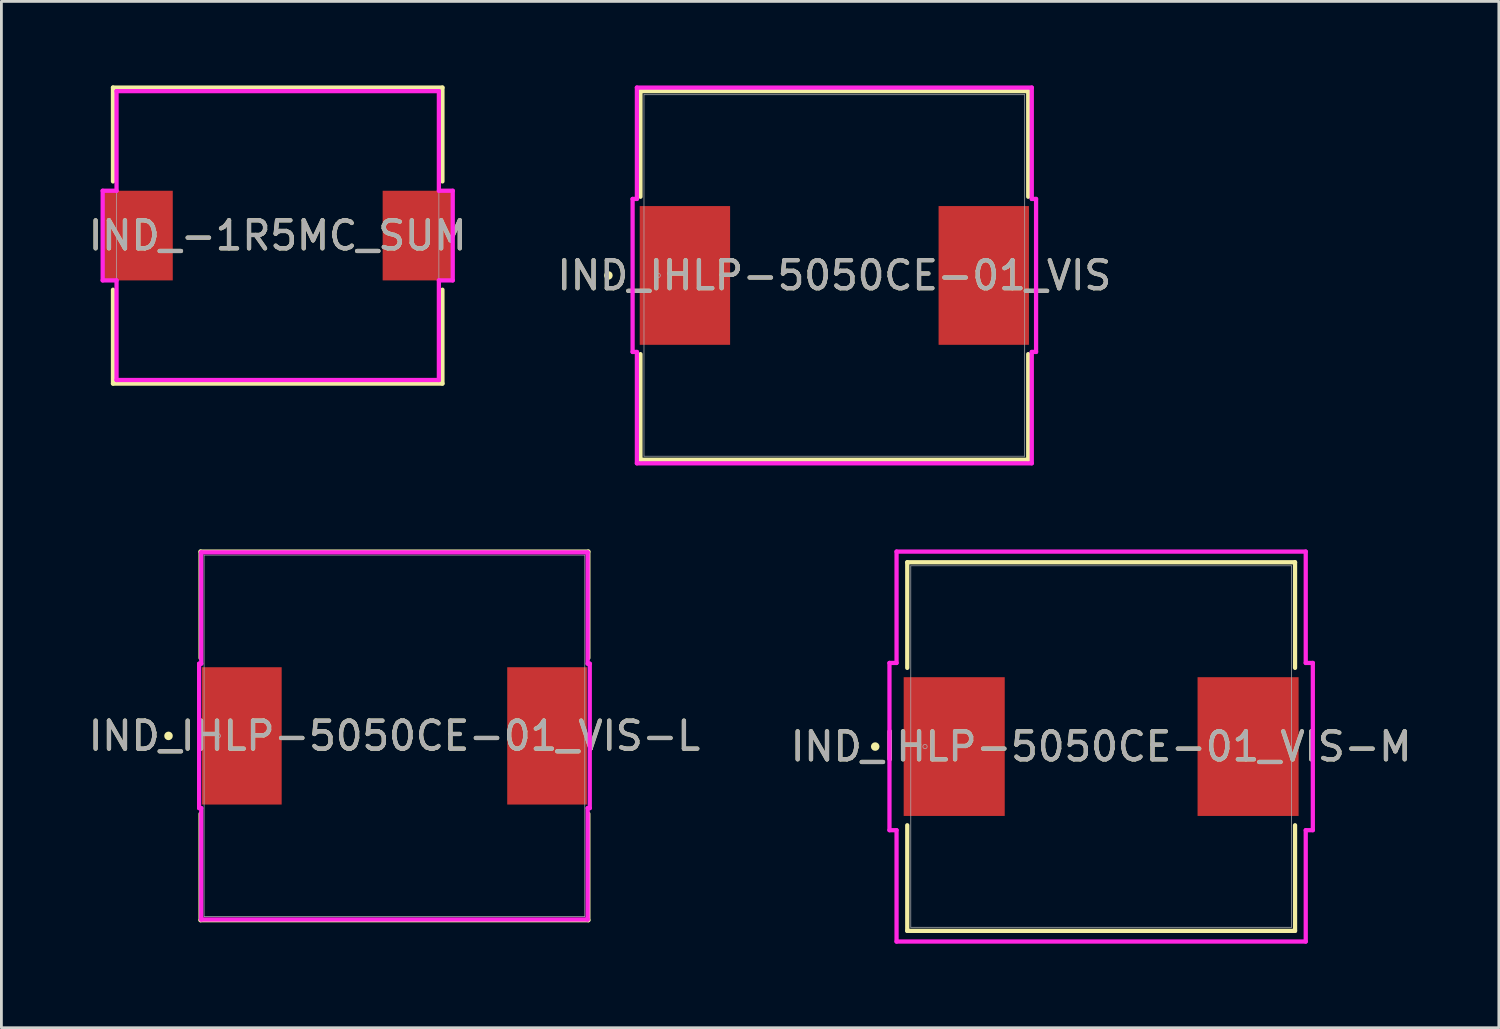
<source format=kicad_pcb>
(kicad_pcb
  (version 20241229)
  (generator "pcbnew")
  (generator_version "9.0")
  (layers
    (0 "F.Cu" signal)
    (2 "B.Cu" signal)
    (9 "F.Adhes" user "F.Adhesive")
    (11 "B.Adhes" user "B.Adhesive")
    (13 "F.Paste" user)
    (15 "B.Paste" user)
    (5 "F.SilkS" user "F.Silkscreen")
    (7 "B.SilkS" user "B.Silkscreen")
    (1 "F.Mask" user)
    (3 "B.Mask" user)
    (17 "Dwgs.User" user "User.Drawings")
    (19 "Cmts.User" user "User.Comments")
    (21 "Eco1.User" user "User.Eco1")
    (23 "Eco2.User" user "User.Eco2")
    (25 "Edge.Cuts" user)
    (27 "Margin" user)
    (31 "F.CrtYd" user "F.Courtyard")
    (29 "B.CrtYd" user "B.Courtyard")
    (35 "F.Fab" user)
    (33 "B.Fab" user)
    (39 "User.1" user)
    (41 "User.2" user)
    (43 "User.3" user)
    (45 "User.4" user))
  (footprint "IND_IHLP-5050CE-01_VIS-L"
    (layer "F.Cu")
    (at 11.03 23.218)
    (property "Reference" "IND_IHLP-5050CE-01_VIS-L" (at 0 0 0) (unlocked yes) (layer "F.SilkS") (effects (font (size 1 1) (thickness 0.15))))
    (attr smd)
    (fp_line (start -6.921 -6.579) (end -6.921 -2.78) (stroke (width 0.152) (type solid)) (layer "F.SilkS"))
    (fp_line (start -6.921 2.78) (end -6.921 6.579) (stroke (width 0.152) (type solid)) (layer "F.SilkS"))
    (fp_line (start -6.921 6.579) (end 6.921 6.579) (stroke (width 0.152) (type solid)) (layer "F.SilkS"))
    (fp_line (start 6.921 -6.579) (end -6.921 -6.579) (stroke (width 0.152) (type solid)) (layer "F.SilkS"))
    (fp_line (start 6.921 -2.78) (end 6.921 -6.579) (stroke (width 0.152) (type solid)) (layer "F.SilkS"))
    (fp_line (start 6.921 6.579) (end 6.921 2.78) (stroke (width 0.152) (type solid)) (layer "F.SilkS"))
    (fp_circle (center -8.065 0) (end -7.988 0) (stroke (width 0.152) (type solid)) (fill no) (layer "F.SilkS"))
    (fp_line (start -6.972 -2.578) (end -6.896 -2.578) (stroke (width 0.152) (type solid)) (layer "F.CrtYd"))
    (fp_line (start -6.972 2.578) (end -6.972 -2.578) (stroke (width 0.152) (type solid)) (layer "F.CrtYd"))
    (fp_line (start -6.896 -6.553) (end 6.896 -6.553) (stroke (width 0.152) (type solid)) (layer "F.CrtYd"))
    (fp_line (start -6.896 -2.578) (end -6.896 -6.553) (stroke (width 0.152) (type solid)) (layer "F.CrtYd"))
    (fp_line (start -6.896 2.578) (end -6.972 2.578) (stroke (width 0.152) (type solid)) (layer "F.CrtYd"))
    (fp_line (start -6.896 6.553) (end -6.896 2.578) (stroke (width 0.152) (type solid)) (layer "F.CrtYd"))
    (fp_line (start 6.896 -6.553) (end 6.896 -2.578) (stroke (width 0.152) (type solid)) (layer "F.CrtYd"))
    (fp_line (start 6.896 -2.578) (end 6.972 -2.578) (stroke (width 0.152) (type solid)) (layer "F.CrtYd"))
    (fp_line (start 6.896 2.578) (end 6.896 6.553) (stroke (width 0.152) (type solid)) (layer "F.CrtYd"))
    (fp_line (start 6.896 6.553) (end -6.896 6.553) (stroke (width 0.152) (type solid)) (layer "F.CrtYd"))
    (fp_line (start 6.972 -2.578) (end 6.972 2.578) (stroke (width 0.152) (type solid)) (layer "F.CrtYd"))
    (fp_line (start 6.972 2.578) (end 6.896 2.578) (stroke (width 0.152) (type solid)) (layer "F.CrtYd"))
    (fp_line (start -6.795 -6.452) (end -6.795 6.452) (stroke (width 0.025) (type solid)) (layer "F.Fab"))
    (fp_line (start -6.795 6.452) (end 6.795 6.452) (stroke (width 0.025) (type solid)) (layer "F.Fab"))
    (fp_line (start 6.795 -6.452) (end -6.795 -6.452) (stroke (width 0.025) (type solid)) (layer "F.Fab"))
    (fp_line (start 6.795 6.452) (end 6.795 -6.452) (stroke (width 0.025) (type solid)) (layer "F.Fab"))
    (fp_circle (center -6.287 0) (end -6.21 0) (stroke (width 0.025) (type solid)) (fill no) (layer "F.Fab"))
    (fp_text user "${REFERENCE}" (at 0 0 0) (unlocked yes) (layer "F.Fab") (effects (font (size 1 1) (thickness 0.15))))
    (pad "1" smd rect (at -5.448 0 90) (size 4.902 2.845) (layers "F.Cu" "F.Mask" "F.Paste"))
    (pad "2" smd rect (at 5.448 0 90) (size 4.902 2.845) (layers "F.Cu" "F.Mask" "F.Paste"))
    (zone (net_name "") (layer "F.Cu") (hatch full 0.508) (connect_pads) (min_thickness 0.254) (filled_areas_thickness no) (keepout (tracks not_allowed) (vias not_allowed) (pads allowed) (copperpour not_allowed) (footprints allowed)) (placement (enabled no)) (fill) (polygon (pts (xy 4.286 16.818) (xy 17.773 16.818) (xy 17.773 20.691) (xy 4.286 20.691))))
    (zone (net_name "") (layer "F.Cu") (hatch full 0.508) (connect_pads) (min_thickness 0.254) (filled_areas_thickness no) (keepout (tracks not_allowed) (vias not_allowed) (pads allowed) (copperpour not_allowed) (footprints allowed)) (placement (enabled no)) (fill) (polygon (pts (xy 4.286 25.746) (xy 17.773 25.746) (xy 17.773 29.619) (xy 4.286 29.619))))
    (zone (net_name "") (layer "F.Cu") (hatch full 0.508) (connect_pads) (min_thickness 0.254) (filled_areas_thickness no) (keepout (tracks not_allowed) (vias not_allowed) (pads allowed) (copperpour not_allowed) (footprints allowed)) (placement (enabled no)) (fill) (polygon (pts (xy 7.055 20.691) (xy 15.005 20.691) (xy 15.005 25.746) (xy 7.055 25.746)))))
  (footprint "IND_IHLP-5050CE-01_VIS"
    (layer "F.Cu")
    (at 26.732 6.782)
    (property "Reference" "IND_IHLP-5050CE-01_VIS" (at 0 0 0) (unlocked yes) (layer "F.SilkS") (effects (font (size 1 1) (thickness 0.15))))
    (attr smd)
    (fp_line (start -6.921 -6.579) (end -6.921 -2.809) (stroke (width 0.152) (type solid)) (layer "F.SilkS"))
    (fp_line (start -6.921 2.809) (end -6.921 6.579) (stroke (width 0.152) (type solid)) (layer "F.SilkS"))
    (fp_line (start -6.921 6.579) (end 6.921 6.579) (stroke (width 0.152) (type solid)) (layer "F.SilkS"))
    (fp_line (start 6.921 -6.579) (end -6.921 -6.579) (stroke (width 0.152) (type solid)) (layer "F.SilkS"))
    (fp_line (start 6.921 -2.809) (end 6.921 -6.579) (stroke (width 0.152) (type solid)) (layer "F.SilkS"))
    (fp_line (start 6.921 6.579) (end 6.921 2.809) (stroke (width 0.152) (type solid)) (layer "F.SilkS"))
    (fp_circle (center -8.065 0) (end -7.988 0) (stroke (width 0.152) (type solid)) (fill no) (layer "F.SilkS"))
    (fp_line (start -7.201 -2.731) (end -7.048 -2.731) (stroke (width 0.152) (type solid)) (layer "F.CrtYd"))
    (fp_line (start -7.201 2.731) (end -7.201 -2.731) (stroke (width 0.152) (type solid)) (layer "F.CrtYd"))
    (fp_line (start -7.048 -6.706) (end 7.048 -6.706) (stroke (width 0.152) (type solid)) (layer "F.CrtYd"))
    (fp_line (start -7.048 -2.731) (end -7.048 -6.706) (stroke (width 0.152) (type solid)) (layer "F.CrtYd"))
    (fp_line (start -7.048 2.731) (end -7.201 2.731) (stroke (width 0.152) (type solid)) (layer "F.CrtYd"))
    (fp_line (start -7.048 6.706) (end -7.048 2.731) (stroke (width 0.152) (type solid)) (layer "F.CrtYd"))
    (fp_line (start 7.048 -6.706) (end 7.048 -2.731) (stroke (width 0.152) (type solid)) (layer "F.CrtYd"))
    (fp_line (start 7.048 -2.731) (end 7.201 -2.731) (stroke (width 0.152) (type solid)) (layer "F.CrtYd"))
    (fp_line (start 7.048 2.731) (end 7.048 6.706) (stroke (width 0.152) (type solid)) (layer "F.CrtYd"))
    (fp_line (start 7.048 6.706) (end -7.048 6.706) (stroke (width 0.152) (type solid)) (layer "F.CrtYd"))
    (fp_line (start 7.201 -2.731) (end 7.201 2.731) (stroke (width 0.152) (type solid)) (layer "F.CrtYd"))
    (fp_line (start 7.201 2.731) (end 7.048 2.731) (stroke (width 0.152) (type solid)) (layer "F.CrtYd"))
    (fp_line (start -6.795 -6.452) (end -6.795 6.452) (stroke (width 0.025) (type solid)) (layer "F.Fab"))
    (fp_line (start -6.795 6.452) (end 6.795 6.452) (stroke (width 0.025) (type solid)) (layer "F.Fab"))
    (fp_line (start 6.795 -6.452) (end -6.795 -6.452) (stroke (width 0.025) (type solid)) (layer "F.Fab"))
    (fp_line (start 6.795 6.452) (end 6.795 -6.452) (stroke (width 0.025) (type solid)) (layer "F.Fab"))
    (fp_circle (center -6.287 0) (end -6.21 0) (stroke (width 0.025) (type solid)) (fill no) (layer "F.Fab"))
    (fp_text user "${REFERENCE}" (at 0 0 0) (unlocked yes) (layer "F.Fab") (effects (font (size 1 1) (thickness 0.15))))
    (pad "1" smd rect (at -5.334 0 90) (size 4.953 3.226) (layers "F.Cu" "F.Mask" "F.Paste"))
    (pad "2" smd rect (at 5.334 0 90) (size 4.953 3.226) (layers "F.Cu" "F.Mask" "F.Paste"))
    (zone (net_name "") (layer "F.Cu") (hatch full 0.508) (connect_pads) (min_thickness 0.254) (filled_areas_thickness no) (keepout (tracks not_allowed) (vias not_allowed) (pads allowed) (copperpour not_allowed) (footprints allowed)) (placement (enabled no)) (fill) (polygon (pts (xy 19.988 0.381) (xy 33.476 0.381) (xy 33.476 4.255) (xy 19.988 4.255))))
    (zone (net_name "") (layer "F.Cu") (hatch full 0.508) (connect_pads) (min_thickness 0.254) (filled_areas_thickness no) (keepout (tracks not_allowed) (vias not_allowed) (pads allowed) (copperpour not_allowed) (footprints allowed)) (placement (enabled no)) (fill) (polygon (pts (xy 19.988 9.309) (xy 33.476 9.309) (xy 33.476 13.183) (xy 19.988 13.183))))
    (zone (net_name "") (layer "F.Cu") (hatch full 0.508) (connect_pads) (min_thickness 0.254) (filled_areas_thickness no) (keepout (tracks not_allowed) (vias not_allowed) (pads allowed) (copperpour not_allowed) (footprints allowed)) (placement (enabled no)) (fill) (polygon (pts (xy 23.062 4.255) (xy 30.402 4.255) (xy 30.402 9.309) (xy 23.062 9.309)))))
  (footprint "IND_-1R5MC_SUM"
    (layer "F.Cu")
    (at 6.863 5.359)
    (property "Reference" "IND_-1R5MC_SUM" (at 0 0 0) (unlocked yes) (layer "F.SilkS") (effects (font (size 1 1) (thickness 0.15))))
    (attr smd)
    (fp_line (start -5.88 -5.283) (end -5.88 -1.933) (stroke (width 0.152) (type solid)) (layer "F.SilkS"))
    (fp_line (start -5.88 1.933) (end -5.88 5.283) (stroke (width 0.152) (type solid)) (layer "F.SilkS"))
    (fp_line (start -5.88 5.283) (end 5.88 5.283) (stroke (width 0.152) (type solid)) (layer "F.SilkS"))
    (fp_line (start 5.88 -5.283) (end -5.88 -5.283) (stroke (width 0.152) (type solid)) (layer "F.SilkS"))
    (fp_line (start 5.88 -1.933) (end 5.88 -5.283) (stroke (width 0.152) (type solid)) (layer "F.SilkS"))
    (fp_line (start 5.88 5.283) (end 5.88 1.933) (stroke (width 0.152) (type solid)) (layer "F.SilkS"))
    (fp_line (start -6.248 -1.6) (end -5.753 -1.6) (stroke (width 0.152) (type solid)) (layer "F.CrtYd"))
    (fp_line (start -6.248 1.6) (end -6.248 -1.6) (stroke (width 0.152) (type solid)) (layer "F.CrtYd"))
    (fp_line (start -5.753 -5.156) (end 5.753 -5.156) (stroke (width 0.152) (type solid)) (layer "F.CrtYd"))
    (fp_line (start -5.753 -1.6) (end -5.753 -5.156) (stroke (width 0.152) (type solid)) (layer "F.CrtYd"))
    (fp_line (start -5.753 1.6) (end -6.248 1.6) (stroke (width 0.152) (type solid)) (layer "F.CrtYd"))
    (fp_line (start -5.753 5.156) (end -5.753 1.6) (stroke (width 0.152) (type solid)) (layer "F.CrtYd"))
    (fp_line (start 5.753 -5.156) (end 5.753 -1.6) (stroke (width 0.152) (type solid)) (layer "F.CrtYd"))
    (fp_line (start 5.753 -1.6) (end 6.248 -1.6) (stroke (width 0.152) (type solid)) (layer "F.CrtYd"))
    (fp_line (start 5.753 1.6) (end 5.753 5.156) (stroke (width 0.152) (type solid)) (layer "F.CrtYd"))
    (fp_line (start 5.753 5.156) (end -5.753 5.156) (stroke (width 0.152) (type solid)) (layer "F.CrtYd"))
    (fp_line (start 6.248 -1.6) (end 6.248 1.6) (stroke (width 0.152) (type solid)) (layer "F.CrtYd"))
    (fp_line (start 6.248 1.6) (end 5.753 1.6) (stroke (width 0.152) (type solid)) (layer "F.CrtYd"))
    (fp_line (start -5.753 -5.156) (end -5.753 5.156) (stroke (width 0.025) (type solid)) (layer "F.Fab"))
    (fp_line (start -5.753 5.156) (end 5.753 5.156) (stroke (width 0.025) (type solid)) (layer "F.Fab"))
    (fp_line (start 5.753 -5.156) (end -5.753 -5.156) (stroke (width 0.025) (type solid)) (layer "F.Fab"))
    (fp_line (start 5.753 5.156) (end 5.753 -5.156) (stroke (width 0.025) (type solid)) (layer "F.Fab"))
    (fp_circle (center -5.677 0) (end -5.677 0) (stroke (width 0.025) (type solid)) (fill no) (layer "F.Fab"))
    (fp_text user "${REFERENCE}" (at 0 0 0) (unlocked yes) (layer "F.Fab") (effects (font (size 1 1) (thickness 0.15))))
    (pad "1" smd rect (at -4.997 0) (size 2.502 3.2) (layers "F.Cu" "F.Mask" "F.Paste"))
    (pad "2" smd rect (at 4.997 0) (size 2.502 3.2) (layers "F.Cu" "F.Mask" "F.Paste"))
    (zone (net_name "") (layer "F.Cu") (hatch full 0.508) (connect_pads) (min_thickness 0.254) (filled_areas_thickness no) (keepout (tracks not_allowed) (vias not_allowed) (pads allowed) (copperpour not_allowed) (footprints allowed)) (placement (enabled no)) (fill) (polygon (pts (xy 3.167 0.254) (xy 10.559 0.254) (xy 10.559 10.465) (xy 3.167 10.465)))))
  (footprint "IND_IHLP-5050CE-01_VIS-M"
    (layer "F.Cu")
    (at 36.256 23.599)
    (property "Reference" "IND_IHLP-5050CE-01_VIS-M" (at 0 0 0) (unlocked yes) (layer "F.SilkS") (effects (font (size 1 1) (thickness 0.15))))
    (attr smd)
    (fp_line (start -6.921 -6.579) (end -6.921 -2.809) (stroke (width 0.152) (type solid)) (layer "F.SilkS"))
    (fp_line (start -6.921 2.809) (end -6.921 6.579) (stroke (width 0.152) (type solid)) (layer "F.SilkS"))
    (fp_line (start -6.921 6.579) (end 6.921 6.579) (stroke (width 0.152) (type solid)) (layer "F.SilkS"))
    (fp_line (start 6.921 -6.579) (end -6.921 -6.579) (stroke (width 0.152) (type solid)) (layer "F.SilkS"))
    (fp_line (start 6.921 -2.809) (end 6.921 -6.579) (stroke (width 0.152) (type solid)) (layer "F.SilkS"))
    (fp_line (start 6.921 6.579) (end 6.921 2.809) (stroke (width 0.152) (type solid)) (layer "F.SilkS"))
    (fp_circle (center -8.065 0) (end -7.988 0) (stroke (width 0.152) (type solid)) (fill no) (layer "F.SilkS"))
    (fp_line (start -7.556 -2.985) (end -7.303 -2.985) (stroke (width 0.152) (type solid)) (layer "F.CrtYd"))
    (fp_line (start -7.556 2.985) (end -7.556 -2.985) (stroke (width 0.152) (type solid)) (layer "F.CrtYd"))
    (fp_line (start -7.303 -6.96) (end 7.303 -6.96) (stroke (width 0.152) (type solid)) (layer "F.CrtYd"))
    (fp_line (start -7.303 -2.985) (end -7.303 -6.96) (stroke (width 0.152) (type solid)) (layer "F.CrtYd"))
    (fp_line (start -7.303 2.985) (end -7.556 2.985) (stroke (width 0.152) (type solid)) (layer "F.CrtYd"))
    (fp_line (start -7.303 6.96) (end -7.303 2.985) (stroke (width 0.152) (type solid)) (layer "F.CrtYd"))
    (fp_line (start 7.303 -6.96) (end 7.303 -2.985) (stroke (width 0.152) (type solid)) (layer "F.CrtYd"))
    (fp_line (start 7.303 -2.985) (end 7.556 -2.985) (stroke (width 0.152) (type solid)) (layer "F.CrtYd"))
    (fp_line (start 7.303 2.985) (end 7.303 6.96) (stroke (width 0.152) (type solid)) (layer "F.CrtYd"))
    (fp_line (start 7.303 6.96) (end -7.303 6.96) (stroke (width 0.152) (type solid)) (layer "F.CrtYd"))
    (fp_line (start 7.556 -2.985) (end 7.556 2.985) (stroke (width 0.152) (type solid)) (layer "F.CrtYd"))
    (fp_line (start 7.556 2.985) (end 7.303 2.985) (stroke (width 0.152) (type solid)) (layer "F.CrtYd"))
    (fp_line (start -6.795 -6.452) (end -6.795 6.452) (stroke (width 0.025) (type solid)) (layer "F.Fab"))
    (fp_line (start -6.795 6.452) (end 6.795 6.452) (stroke (width 0.025) (type solid)) (layer "F.Fab"))
    (fp_line (start 6.795 -6.452) (end -6.795 -6.452) (stroke (width 0.025) (type solid)) (layer "F.Fab"))
    (fp_line (start 6.795 6.452) (end 6.795 -6.452) (stroke (width 0.025) (type solid)) (layer "F.Fab"))
    (fp_circle (center -6.287 0) (end -6.21 0) (stroke (width 0.025) (type solid)) (fill no) (layer "F.Fab"))
    (fp_text user "${REFERENCE}" (at 0 0 0) (unlocked yes) (layer "F.Fab") (effects (font (size 1 1) (thickness 0.15))))
    (pad "1" smd rect (at -5.245 0 90) (size 4.953 3.607) (layers "F.Cu" "F.Mask" "F.Paste"))
    (pad "2" smd rect (at 5.245 0 90) (size 4.953 3.607) (layers "F.Cu" "F.Mask" "F.Paste"))
    (zone (net_name "") (layer "F.Cu") (hatch full 0.508) (connect_pads) (min_thickness 0.254) (filled_areas_thickness no) (keepout (tracks not_allowed) (vias not_allowed) (pads allowed) (copperpour not_allowed) (footprints allowed)) (placement (enabled no)) (fill) (polygon (pts (xy 29.512 17.199) (xy 43 17.199) (xy 43 21.072) (xy 29.512 21.072))))
    (zone (net_name "") (layer "F.Cu") (hatch full 0.508) (connect_pads) (min_thickness 0.254) (filled_areas_thickness no) (keepout (tracks not_allowed) (vias not_allowed) (pads allowed) (copperpour not_allowed) (footprints allowed)) (placement (enabled no)) (fill) (polygon (pts (xy 29.512 26.127) (xy 43 26.127) (xy 43 30) (xy 29.512 30))))
    (zone (net_name "") (layer "F.Cu") (hatch full 0.508) (connect_pads) (min_thickness 0.254) (filled_areas_thickness no) (keepout (tracks not_allowed) (vias not_allowed) (pads allowed) (copperpour not_allowed) (footprints allowed)) (placement (enabled no)) (fill) (polygon (pts (xy 32.865 21.072) (xy 39.647 21.072) (xy 39.647 26.127) (xy 32.865 26.127)))))
  (gr_rect
    (start -3 -3)
    (end 50.452 33.635)
    (stroke (width 0.1) (type default))
    (fill no)
    (layer "Edge.Cuts")))
</source>
